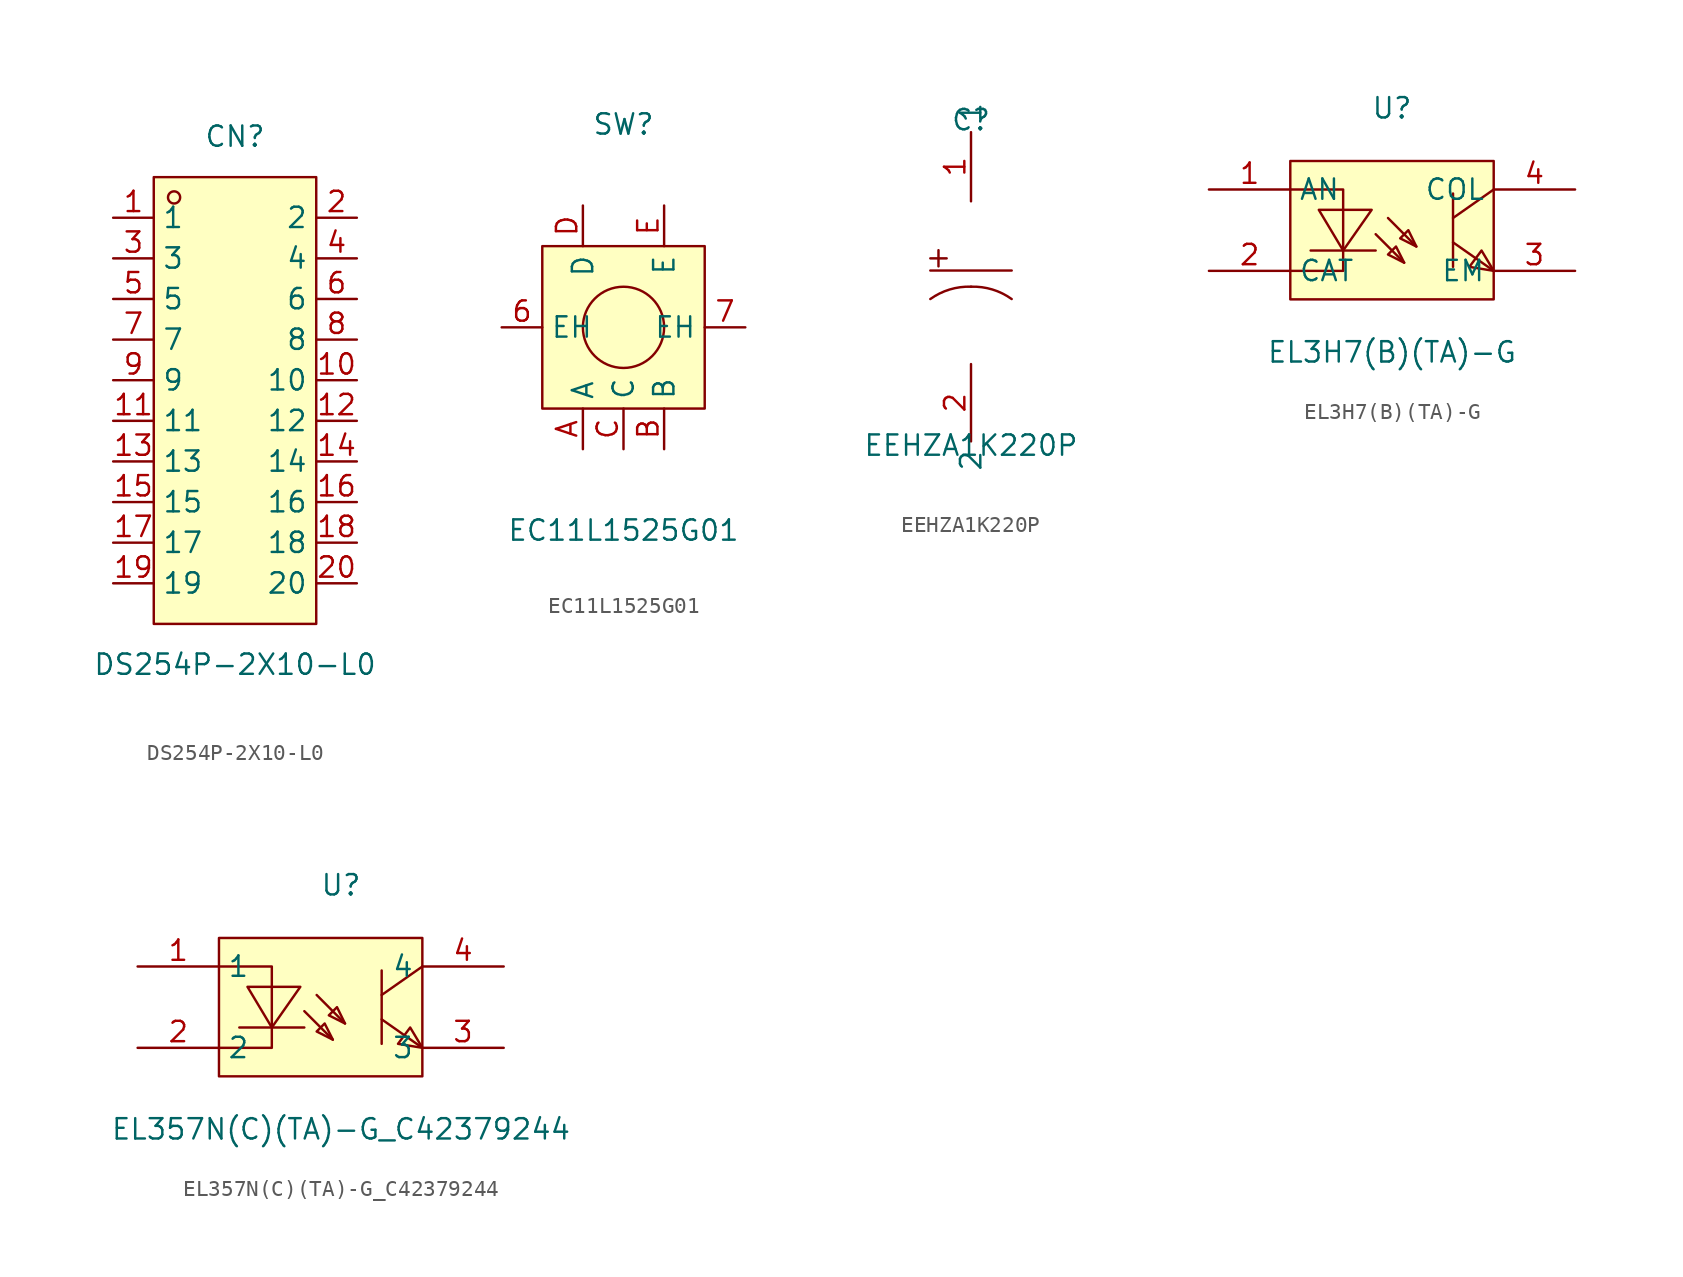
<source format=kicad_sym>
(kicad_symbol_lib
  (version 20231120)
  (generator "kicad_symbol_editor")
  (generator_version "8.0")
  (symbol "DS254P-2X10-L0"
    (property "Reference" "CN"
      (at 0 16.51 0)
      (effects (font (size 1.27 1.27))))
    (property "Value" "DS254P-2X10-L0"
      (at 0 -16.51 0)
      (effects (font (size 1.27 1.27))))
    (symbol "DS254P-2X10-L0_0_1"
      (rectangle (start -5.08 13.97) (end 5.08 -13.97) (stroke (width 0) (type default)) (fill (type background)))
      (circle (center -3.81 12.7) (radius 0.38) (stroke (width 0) (type default)) (fill (type none)))
      (pin unspecified line (at -7.62 11.43 0) (length 2.54) (name "1" (effects (font (size 1.27 1.27)))) (number "1" (effects (font (size 1.27 1.27)))))
      (pin unspecified line (at 7.62 1.27 180) (length 2.54) (name "10" (effects (font (size 1.27 1.27)))) (number "10" (effects (font (size 1.27 1.27)))))
      (pin unspecified line (at -7.62 -1.27 0) (length 2.54) (name "11" (effects (font (size 1.27 1.27)))) (number "11" (effects (font (size 1.27 1.27)))))
      (pin unspecified line (at 7.62 -1.27 180) (length 2.54) (name "12" (effects (font (size 1.27 1.27)))) (number "12" (effects (font (size 1.27 1.27)))))
      (pin unspecified line (at -7.62 -3.81 0) (length 2.54) (name "13" (effects (font (size 1.27 1.27)))) (number "13" (effects (font (size 1.27 1.27)))))
      (pin unspecified line (at 7.62 -3.81 180) (length 2.54) (name "14" (effects (font (size 1.27 1.27)))) (number "14" (effects (font (size 1.27 1.27)))))
      (pin unspecified line (at -7.62 -6.35 0) (length 2.54) (name "15" (effects (font (size 1.27 1.27)))) (number "15" (effects (font (size 1.27 1.27)))))
      (pin unspecified line (at 7.62 -6.35 180) (length 2.54) (name "16" (effects (font (size 1.27 1.27)))) (number "16" (effects (font (size 1.27 1.27)))))
      (pin unspecified line (at -7.62 -8.89 0) (length 2.54) (name "17" (effects (font (size 1.27 1.27)))) (number "17" (effects (font (size 1.27 1.27)))))
      (pin unspecified line (at 7.62 -8.89 180) (length 2.54) (name "18" (effects (font (size 1.27 1.27)))) (number "18" (effects (font (size 1.27 1.27)))))
      (pin unspecified line (at -7.62 -11.43 0) (length 2.54) (name "19" (effects (font (size 1.27 1.27)))) (number "19" (effects (font (size 1.27 1.27)))))
      (pin unspecified line (at 7.62 11.43 180) (length 2.54) (name "2" (effects (font (size 1.27 1.27)))) (number "2" (effects (font (size 1.27 1.27)))))
      (pin unspecified line (at 7.62 -11.43 180) (length 2.54) (name "20" (effects (font (size 1.27 1.27)))) (number "20" (effects (font (size 1.27 1.27)))))
      (pin unspecified line (at -7.62 8.89 0) (length 2.54) (name "3" (effects (font (size 1.27 1.27)))) (number "3" (effects (font (size 1.27 1.27)))))
      (pin unspecified line (at 7.62 8.89 180) (length 2.54) (name "4" (effects (font (size 1.27 1.27)))) (number "4" (effects (font (size 1.27 1.27)))))
      (pin unspecified line (at -7.62 6.35 0) (length 2.54) (name "5" (effects (font (size 1.27 1.27)))) (number "5" (effects (font (size 1.27 1.27)))))
      (pin unspecified line (at 7.62 6.35 180) (length 2.54) (name "6" (effects (font (size 1.27 1.27)))) (number "6" (effects (font (size 1.27 1.27)))))
      (pin unspecified line (at -7.62 3.81 0) (length 2.54) (name "7" (effects (font (size 1.27 1.27)))) (number "7" (effects (font (size 1.27 1.27)))))
      (pin unspecified line (at 7.62 3.81 180) (length 2.54) (name "8" (effects (font (size 1.27 1.27)))) (number "8" (effects (font (size 1.27 1.27)))))
      (pin unspecified line (at -7.62 1.27 0) (length 2.54) (name "9" (effects (font (size 1.27 1.27)))) (number "9" (effects (font (size 1.27 1.27)))))))
  (symbol "EC11L1525G01"
    (property "Reference" "SW"
      (at 0 12.7 0)
      (effects (font (size 1.27 1.27))))
    (property "Value" "EC11L1525G01"
      (at 0 -12.7 0)
      (effects (font (size 1.27 1.27))))
    (symbol "EC11L1525G01_0_1"
      (rectangle (start -5.08 5.08) (end 5.08 -5.08) (stroke (width 0) (type default)) (fill (type background)))
      (circle (center 0 0) (radius 2.54) (stroke (width 0) (type default)) (fill (type none)))
      (pin unspecified line (at -7.62 0 0) (length 2.54) (name "EH" (effects (font (size 1.27 1.27)))) (number "6" (effects (font (size 1.27 1.27)))))
      (pin unspecified line (at 7.62 0 180) (length 2.54) (name "EH" (effects (font (size 1.27 1.27)))) (number "7" (effects (font (size 1.27 1.27)))))
      (pin unspecified line (at -2.54 -7.62 90) (length 2.54) (name "A" (effects (font (size 1.27 1.27)))) (number "A" (effects (font (size 1.27 1.27)))))
      (pin unspecified line (at 2.54 -7.62 90) (length 2.54) (name "B" (effects (font (size 1.27 1.27)))) (number "B" (effects (font (size 1.27 1.27)))))
      (pin unspecified line (at 0 -7.62 90) (length 2.54) (name "C" (effects (font (size 1.27 1.27)))) (number "C" (effects (font (size 1.27 1.27)))))
      (pin unspecified line (at -2.54 7.62 270) (length 2.54) (name "D" (effects (font (size 1.27 1.27)))) (number "D" (effects (font (size 1.27 1.27)))))
      (pin unspecified line (at 2.54 7.62 270) (length 2.54) (name "E" (effects (font (size 1.27 1.27)))) (number "E" (effects (font (size 1.27 1.27)))))))
  (symbol "EEHZA1K220P"
    (property "Reference" "C"
      (at 0 10.16 0)
      (effects (font (size 1.27 1.27))))
    (property "Value" "EEHZA1K220P"
      (at 0 -10.16 0)
      (effects (font (size 1.27 1.27))))
    (symbol "EEHZA1K220P_0_1"
      (rectangle (start -2.54 1.52) (end -1.52 1.52) (stroke (width 0) (type default)) (fill (type background)))
      (rectangle (start -2.03 2.03) (end -2.03 1.02) (stroke (width 0) (type default)) (fill (type background)))
      (arc (start 0 -0.25) (mid -1.3336 -0.4253) (end -2.54 -1.02) (stroke (width 0) (type default)) (fill (type none)))
      (polyline (pts (xy -2.54 0.76) (xy 2.54 0.76)) (stroke (width 0) (type default)) (fill (type none)))
      (arc (start 2.54 -1.02) (mid 1.334 -0.4238) (end 0 -0.25) (stroke (width 0) (type default)) (fill (type none)))
      (pin unspecified line (at 0 5.08 90) (length 4.318) (name "1" (effects (font (size 1.27 1.27)))) (number "1" (effects (font (size 1.27 1.27)))))
      (pin unspecified line (at 0 -5.08 270) (length 4.826) (name "2" (effects (font (size 1.27 1.27)))) (number "2" (effects (font (size 1.27 1.27)))))))
  (symbol "EL3H7(B)(TA)-G"
    (property "Reference" "U"
      (at 0 7.62 0)
      (effects (font (size 1.27 1.27))))
    (property "Value" "EL3H7(B)(TA)-G"
      (at 0 -7.62 0)
      (effects (font (size 1.27 1.27))))
    (symbol "EL3H7(B)(TA)-G_0_1"
      (rectangle (start -6.35 4.32) (end 6.35 -4.32) (stroke (width 0) (type default)) (fill (type background)))
      (polyline (pts (xy -1.02 -1.27) (xy -5.08 -1.27)) (stroke (width 0) (type default)) (fill (type none)))
      (polyline (pts (xy -1.02 -0.25) (xy 0.76 -2.03)) (stroke (width 0) (type default)) (fill (type none)))
      (polyline (pts (xy -0.25 0.76) (xy 1.52 -1.02)) (stroke (width 0) (type default)) (fill (type none)))
      (polyline (pts (xy 3.81 -0.76) (xy 6.35 -2.54)) (stroke (width 0) (type default)) (fill (type none)))
      (polyline (pts (xy 3.81 2.29) (xy 3.81 -2.29)) (stroke (width 0) (type default)) (fill (type none)))
      (polyline (pts (xy 6.35 2.54) (xy 3.81 0.76)) (stroke (width 0) (type default)) (fill (type none)))
      (polyline (pts (xy -6.35 2.54) (xy -3.05 2.54) (xy -3.05 -2.54) (xy -6.35 -2.54)) (stroke (width 0) (type default)) (fill (type none)))
      (polyline (pts (xy -4.57 1.27) (xy -3.05 -1.27) (xy -1.27 1.27) (xy -4.57 1.27)) (stroke (width 0) (type default)) (fill (type background)))
      (polyline (pts (xy 0.76 -2.03) (xy 0.25 -1.02) (xy -0.25 -1.52) (xy 0.76 -2.03)) (stroke (width 0) (type default)) (fill (type background)))
      (polyline (pts (xy 1.52 -1.02) (xy 1.02 0) (xy 0.51 -0.51) (xy 1.52 -1.02)) (stroke (width 0) (type default)) (fill (type background)))
      (polyline (pts (xy 6.35 -2.54) (xy 5.59 -1.27) (xy 4.83 -2.29) (xy 6.35 -2.54)) (stroke (width 0) (type default)) (fill (type background)))
      (pin unspecified line (at -11.43 2.54 0) (length 5.08) (name "AN" (effects (font (size 1.27 1.27)))) (number "1" (effects (font (size 1.27 1.27)))))
      (pin unspecified line (at -11.43 -2.54 0) (length 5.08) (name "CAT" (effects (font (size 1.27 1.27)))) (number "2" (effects (font (size 1.27 1.27)))))
      (pin unspecified line (at 11.43 -2.54 180) (length 5.08) (name "EM" (effects (font (size 1.27 1.27)))) (number "3" (effects (font (size 1.27 1.27)))))
      (pin unspecified line (at 11.43 2.54 180) (length 5.08) (name "COL" (effects (font (size 1.27 1.27)))) (number "4" (effects (font (size 1.27 1.27)))))))
  (symbol "EL357N(C)(TA)-G_C42379244"
    (property "Reference" "U"
      (at 0 7.62 0)
      (effects (font (size 1.27 1.27))))
    (property "Value" "EL357N(C)(TA)-G_C42379244"
      (at 0 -7.62 0)
      (effects (font (size 1.27 1.27))))
    (symbol "EL357N(C)(TA)-G_C42379244_0_1"
      (rectangle (start -7.62 4.32) (end 5.08 -4.32) (stroke (width 0) (type default) (color 0 0 0 0)) (fill (type background)))
      (polyline (pts (xy -5.84 1.27) (xy -4.32 -1.27) (xy -2.54 1.27) (xy -5.84 1.27)) (stroke (width 0) (type default) (color 0 0 0 0)) (fill (type background)))
      (polyline (pts (xy 0.25 -1.02) (xy -0.25 -0.00) (xy -0.76 -0.51) (xy 0.25 -1.02)) (stroke (width 0) (type default) (color 0 0 0 0)) (fill (type background)))
      (polyline (pts (xy -0.51 -2.03) (xy -1.02 -1.02) (xy -1.52 -1.52) (xy -0.51 -2.03)) (stroke (width 0) (type default) (color 0 0 0 0)) (fill (type background)))
      (polyline (pts (xy -7.62 2.54) (xy -4.32 2.54) (xy -4.32 -2.54) (xy -7.62 -2.54)) (stroke (width 0) (type default) (color 0 0 0 0)) (fill (type none)))
      (polyline (pts (xy -2.29 -1.27) (xy -6.35 -1.27)) (stroke (width 0) (type default) (color 0 0 0 0)) (fill (type none)))
      (polyline (pts (xy -1.52 0.76) (xy 0.25 -1.02)) (stroke (width 0) (type default) (color 0 0 0 0)) (fill (type none)))
      (polyline (pts (xy -2.29 -0.25) (xy -0.51 -2.03)) (stroke (width 0) (type default) (color 0 0 0 0)) (fill (type none)))
      (polyline (pts (xy 2.54 2.29) (xy 2.54 -2.29)) (stroke (width 0) (type default) (color 0 0 0 0)) (fill (type none)))
      (polyline (pts (xy 2.54 -0.76) (xy 5.08 -2.54)) (stroke (width 0) (type default) (color 0 0 0 0)) (fill (type none)))
      (polyline (pts (xy 5.08 2.54) (xy 2.54 0.76)) (stroke (width 0) (type default) (color 0 0 0 0)) (fill (type none)))
      (polyline (pts (xy 5.08 -2.54) (xy 4.32 -1.27) (xy 3.56 -2.29) (xy 5.08 -2.54)) (stroke (width 0) (type default) (color 0 0 0 0)) (fill (type background)))
      (pin unspecified line (at 10.16 2.54 180) (length 5.08) (name "4" (effects (font (size 1.27 1.27)))) (number "4" (effects (font (size 1.27 1.27)))))
      (pin unspecified line (at 10.16 -2.54 180) (length 5.08) (name "3" (effects (font (size 1.27 1.27)))) (number "3" (effects (font (size 1.27 1.27)))))
      (pin unspecified line (at -12.70 -2.54 0) (length 5.08) (name "2" (effects (font (size 1.27 1.27)))) (number "2" (effects (font (size 1.27 1.27)))))
      (pin unspecified line (at -12.70 2.54 0) (length 5.08) (name "1" (effects (font (size 1.27 1.27)))) (number "1" (effects (font (size 1.27 1.27))))))))
</source>
